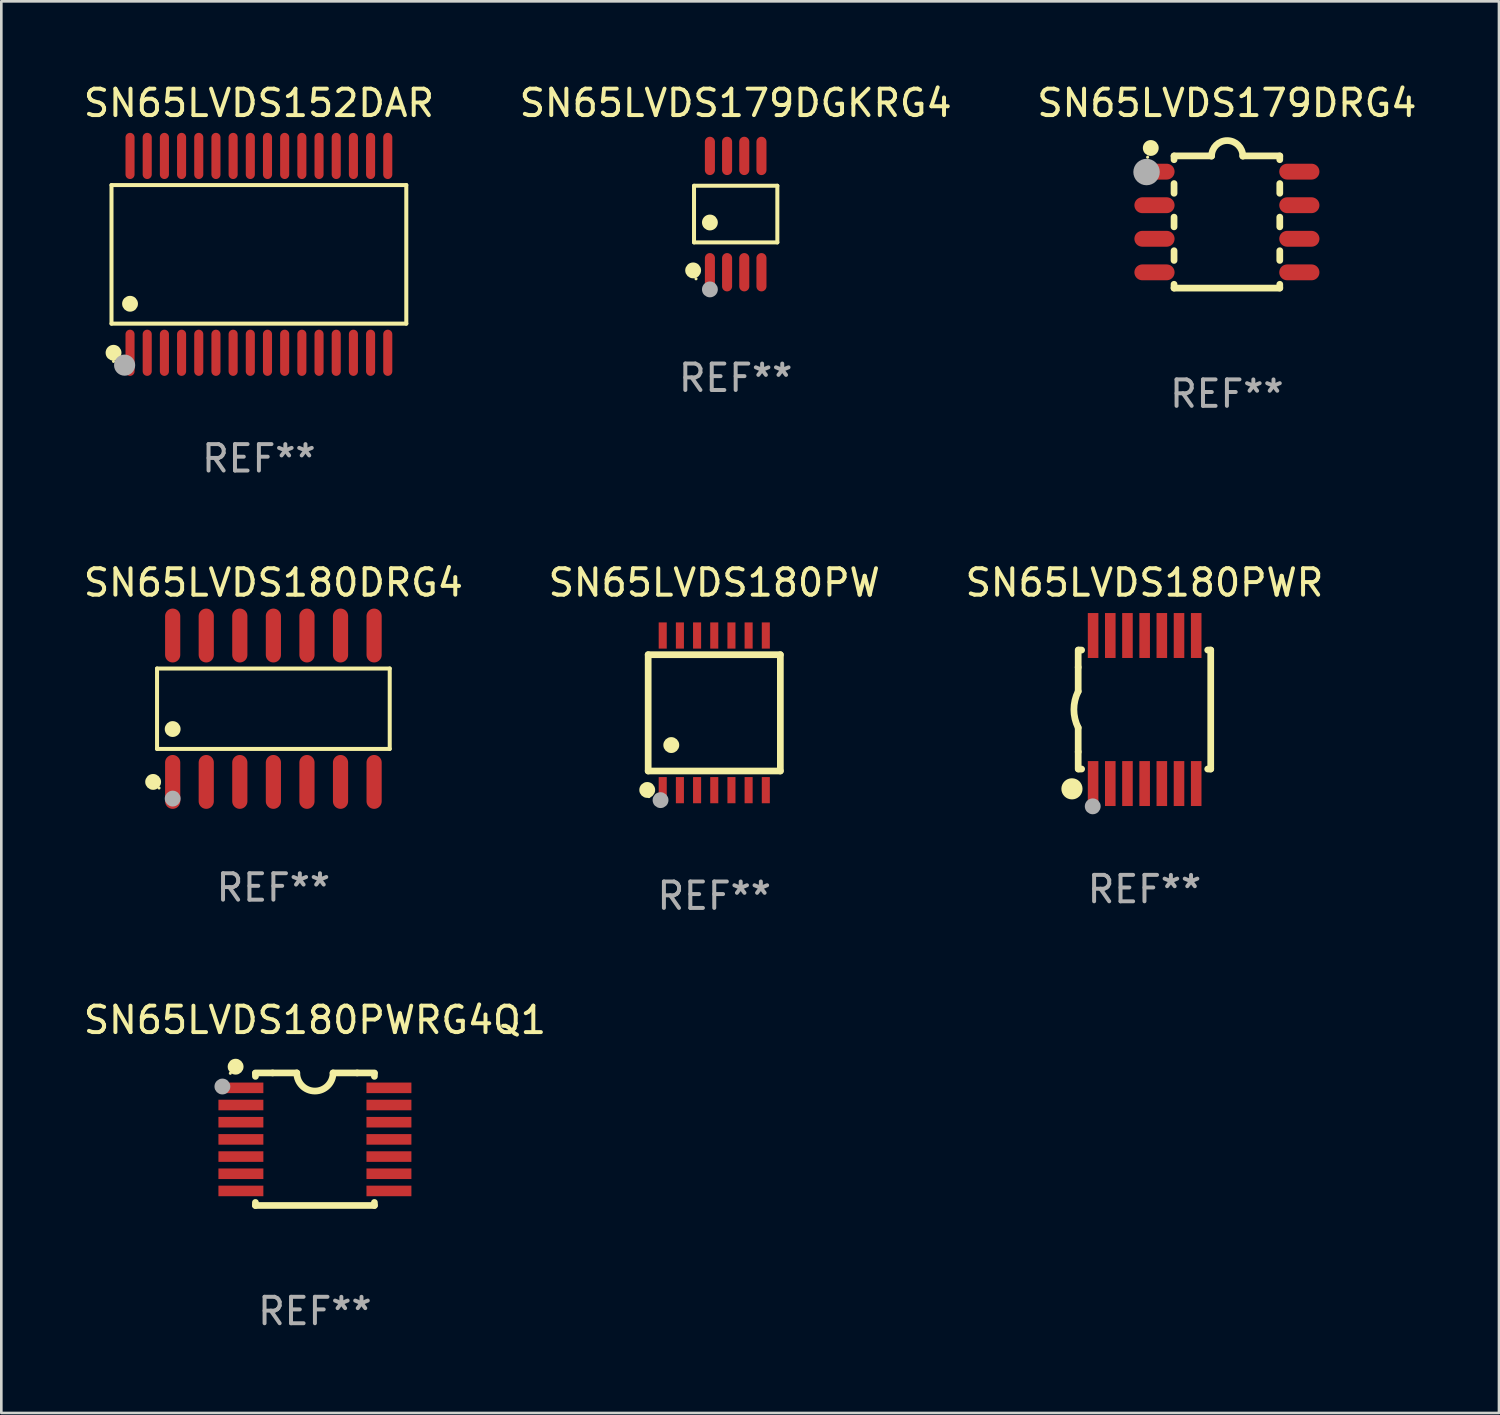
<source format=kicad_pcb>
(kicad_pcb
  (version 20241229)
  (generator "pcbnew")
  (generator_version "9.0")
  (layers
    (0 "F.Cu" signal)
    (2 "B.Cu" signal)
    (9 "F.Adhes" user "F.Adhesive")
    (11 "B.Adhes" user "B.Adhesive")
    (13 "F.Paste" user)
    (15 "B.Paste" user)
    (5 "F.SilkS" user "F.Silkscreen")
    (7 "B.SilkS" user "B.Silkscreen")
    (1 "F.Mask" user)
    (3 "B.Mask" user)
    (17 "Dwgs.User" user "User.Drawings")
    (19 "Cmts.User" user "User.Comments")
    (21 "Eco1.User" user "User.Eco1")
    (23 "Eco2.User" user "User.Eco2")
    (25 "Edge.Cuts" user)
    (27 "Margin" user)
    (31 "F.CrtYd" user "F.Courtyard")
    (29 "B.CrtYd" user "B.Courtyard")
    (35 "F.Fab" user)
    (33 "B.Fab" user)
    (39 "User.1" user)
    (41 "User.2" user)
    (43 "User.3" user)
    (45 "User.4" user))
  (footprint "SN65LVDS179DGKRG4"
    (layer "F.Cu")
    (at 24.78 5.048)
    (property "Reference" "SN65LVDS179DGKRG4" (at 0 -4.2 0) (layer "F.SilkS") (effects (font (size 1 1) (thickness 0.15))))
    (attr through_hole)
    (fp_line (start -1.576 -1.071) (end 1.576 -1.071) (stroke (width 0.152) (type solid)) (layer "F.SilkS"))
    (fp_line (start -1.576 1.071) (end -1.576 -1.071) (stroke (width 0.152) (type solid)) (layer "F.SilkS"))
    (fp_line (start 1.576 -1.071) (end 1.576 1.071) (stroke (width 0.152) (type solid)) (layer "F.SilkS"))
    (fp_line (start 1.576 1.071) (end -1.576 1.071) (stroke (width 0.152) (type solid)) (layer "F.SilkS"))
    (fp_circle (center -1.609 2.131) (end -1.459 2.131) (stroke (width 0.3) (type solid)) (fill no) (layer "F.SilkS"))
    (fp_circle (center -1.5 2.45) (end -1.47 2.45) (stroke (width 0.06) (type solid)) (fill no) (layer "F.SilkS"))
    (fp_circle (center -0.975 0.319) (end -0.825 0.319) (stroke (width 0.3) (type solid)) (fill no) (layer "F.SilkS"))
    (fp_circle (center -0.975 2.85) (end -0.825 2.85) (stroke (width 0.3) (type solid)) (fill no) (layer "F.Fab"))
    (fp_text user "REF**" (at 0 6.2 0) (layer "F.Fab") (effects (font (size 1 1) (thickness 0.15))))
    (pad "1" smd oval (at -0.975 2.2) (size 0.38 1.45) (layers "F.Cu" "F.Mask" "F.Paste"))
    (pad "2" smd oval (at -0.325 2.2) (size 0.38 1.45) (layers "F.Cu" "F.Mask" "F.Paste"))
    (pad "3" smd oval (at 0.325 2.2) (size 0.38 1.45) (layers "F.Cu" "F.Mask" "F.Paste"))
    (pad "4" smd oval (at 0.975 2.2) (size 0.38 1.45) (layers "F.Cu" "F.Mask" "F.Paste"))
    (pad "5" smd oval (at 0.975 -2.2) (size 0.38 1.45) (layers "F.Cu" "F.Mask" "F.Paste"))
    (pad "6" smd oval (at 0.325 -2.2) (size 0.38 1.45) (layers "F.Cu" "F.Mask" "F.Paste"))
    (pad "7" smd oval (at -0.325 -2.2) (size 0.38 1.45) (layers "F.Cu" "F.Mask" "F.Paste"))
    (pad "8" smd oval (at -0.975 -2.2) (size 0.38 1.45) (layers "F.Cu" "F.Mask" "F.Paste")))
  (footprint "SN65LVDS180PWR"
    (layer "F.Cu")
    (at 40.244 23.791)
    (property "Reference" "SN65LVDS180PWR" (at 0 -4.8 0) (layer "F.SilkS") (effects (font (size 1 1) (thickness 0.15))))
    (attr through_hole)
    (fp_line (start -2.507 -1.6) (end -2.507 -2.25) (stroke (width 0.254) (type solid)) (layer "F.SilkS"))
    (fp_line (start -2.507 -0.686) (end -2.507 -1.6) (stroke (width 0.254) (type solid)) (layer "F.SilkS"))
    (fp_line (start -2.507 1.6) (end -2.507 0.686) (stroke (width 0.254) (type solid)) (layer "F.SilkS"))
    (fp_line (start -2.507 1.6) (end -2.507 2.25) (stroke (width 0.254) (type solid)) (layer "F.SilkS"))
    (fp_line (start -2.493 -2.25) (end -2.377 -2.25) (stroke (width 0.254) (type solid)) (layer "F.SilkS"))
    (fp_line (start -2.377 2.25) (end -2.493 2.25) (stroke (width 0.254) (type solid)) (layer "F.SilkS"))
    (fp_line (start 2.392 -2.25) (end 2.507 -2.25) (stroke (width 0.254) (type solid)) (layer "F.SilkS"))
    (fp_line (start 2.507 -2.25) (end 2.507 2.25) (stroke (width 0.254) (type solid)) (layer "F.SilkS"))
    (fp_line (start 2.507 2.25) (end 2.392 2.25) (stroke (width 0.254) (type solid)) (layer "F.SilkS"))
    (fp_arc (start -2.507303 0.685802) (mid -2.669199 0) (end -2.507303 -0.685801) (stroke (width 0.254001) (type solid)) (layer "F.SilkS"))
    (fp_circle (center -2.743 3) (end -2.543 3) (stroke (width 0.4) (type solid)) (fill no) (layer "F.SilkS"))
    (fp_circle (center -2.493 3.2) (end -2.463 3.2) (stroke (width 0.06) (type solid)) (fill no) (layer "F.SilkS"))
    (fp_circle (center -1.957 3.662) (end -1.807 3.662) (stroke (width 0.3) (type solid)) (fill no) (layer "F.Fab"))
    (fp_text user "REF**" (at 0 6.8 0) (layer "F.Fab") (effects (font (size 1 1) (thickness 0.15))))
    (pad "1" smd rect (at -1.943 2.8) (size 0.4 1.7) (layers "F.Cu" "F.Mask" "F.Paste"))
    (pad "2" smd rect (at -1.293 2.8) (size 0.4 1.7) (layers "F.Cu" "F.Mask" "F.Paste"))
    (pad "3" smd rect (at -0.643 2.8) (size 0.4 1.7) (layers "F.Cu" "F.Mask" "F.Paste"))
    (pad "4" smd rect (at 0.007 2.8) (size 0.4 1.7) (layers "F.Cu" "F.Mask" "F.Paste"))
    (pad "5" smd rect (at 0.657 2.8) (size 0.4 1.7) (layers "F.Cu" "F.Mask" "F.Paste"))
    (pad "6" smd rect (at 1.307 2.8) (size 0.4 1.7) (layers "F.Cu" "F.Mask" "F.Paste"))
    (pad "7" smd rect (at 1.957 2.8) (size 0.4 1.7) (layers "F.Cu" "F.Mask" "F.Paste"))
    (pad "8" smd rect (at 1.957 -2.8) (size 0.4 1.7) (layers "F.Cu" "F.Mask" "F.Paste"))
    (pad "9" smd rect (at 1.307 -2.8) (size 0.4 1.7) (layers "F.Cu" "F.Mask" "F.Paste"))
    (pad "10" smd rect (at 0.657 -2.8) (size 0.4 1.7) (layers "F.Cu" "F.Mask" "F.Paste"))
    (pad "11" smd rect (at 0.007 -2.8) (size 0.4 1.7) (layers "F.Cu" "F.Mask" "F.Paste"))
    (pad "12" smd rect (at -0.643 -2.8) (size 0.4 1.7) (layers "F.Cu" "F.Mask" "F.Paste"))
    (pad "13" smd rect (at -1.293 -2.8) (size 0.4 1.7) (layers "F.Cu" "F.Mask" "F.Paste"))
    (pad "14" smd rect (at -1.943 -2.8) (size 0.4 1.7) (layers "F.Cu" "F.Mask" "F.Paste")))
  (footprint "SN65LVDS152DAR"
    (layer "F.Cu")
    (at 6.744 6.572)
    (property "Reference" "SN65LVDS152DAR" (at 0 -5.723 0) (layer "F.SilkS") (effects (font (size 1 1) (thickness 0.15))))
    (attr through_hole)
    (fp_line (start -5.576 -2.622) (end 5.576 -2.622) (stroke (width 0.152) (type solid)) (layer "F.SilkS"))
    (fp_line (start -5.576 2.621) (end -5.576 -2.622) (stroke (width 0.152) (type solid)) (layer "F.SilkS"))
    (fp_line (start 5.576 -2.622) (end 5.576 2.621) (stroke (width 0.152) (type solid)) (layer "F.SilkS"))
    (fp_line (start 5.576 2.621) (end -5.576 2.621) (stroke (width 0.152) (type solid)) (layer "F.SilkS"))
    (fp_circle (center -5.5 4.05) (end -5.47 4.05) (stroke (width 0.06) (type solid)) (fill no) (layer "F.SilkS"))
    (fp_circle (center -5.499 3.723) (end -5.349 3.723) (stroke (width 0.3) (type solid)) (fill no) (layer "F.SilkS"))
    (fp_circle (center -4.875 1.869) (end -4.725 1.869) (stroke (width 0.3) (type solid)) (fill no) (layer "F.SilkS"))
    (fp_circle (center -5.08 4.191) (end -4.88 4.191) (stroke (width 0.4) (type solid)) (fill no) (layer "F.Fab"))
    (fp_text user "REF**" (at 0 7.723 0) (layer "F.Fab") (effects (font (size 1 1) (thickness 0.15))))
    (pad "1" smd oval (at -4.875 3.723) (size 0.343 1.747) (layers "F.Cu" "F.Mask" "F.Paste"))
    (pad "2" smd oval (at -4.225 3.723) (size 0.343 1.747) (layers "F.Cu" "F.Mask" "F.Paste"))
    (pad "3" smd oval (at -3.575 3.723) (size 0.343 1.747) (layers "F.Cu" "F.Mask" "F.Paste"))
    (pad "4" smd oval (at -2.925 3.723) (size 0.343 1.747) (layers "F.Cu" "F.Mask" "F.Paste"))
    (pad "5" smd oval (at -2.275 3.723) (size 0.343 1.747) (layers "F.Cu" "F.Mask" "F.Paste"))
    (pad "6" smd oval (at -1.625 3.723) (size 0.343 1.747) (layers "F.Cu" "F.Mask" "F.Paste"))
    (pad "7" smd oval (at -0.975 3.723) (size 0.343 1.747) (layers "F.Cu" "F.Mask" "F.Paste"))
    (pad "8" smd oval (at -0.325 3.723) (size 0.343 1.747) (layers "F.Cu" "F.Mask" "F.Paste"))
    (pad "9" smd oval (at 0.325 3.723) (size 0.343 1.747) (layers "F.Cu" "F.Mask" "F.Paste"))
    (pad "10" smd oval (at 0.975 3.723) (size 0.343 1.747) (layers "F.Cu" "F.Mask" "F.Paste"))
    (pad "11" smd oval (at 1.625 3.723) (size 0.343 1.747) (layers "F.Cu" "F.Mask" "F.Paste"))
    (pad "12" smd oval (at 2.275 3.723) (size 0.343 1.747) (layers "F.Cu" "F.Mask" "F.Paste"))
    (pad "13" smd oval (at 2.925 3.723) (size 0.343 1.747) (layers "F.Cu" "F.Mask" "F.Paste"))
    (pad "14" smd oval (at 3.575 3.723) (size 0.343 1.747) (layers "F.Cu" "F.Mask" "F.Paste"))
    (pad "15" smd oval (at 4.225 3.723) (size 0.343 1.747) (layers "F.Cu" "F.Mask" "F.Paste"))
    (pad "16" smd oval (at 4.875 3.723) (size 0.343 1.747) (layers "F.Cu" "F.Mask" "F.Paste"))
    (pad "17" smd oval (at 4.875 -3.723) (size 0.343 1.747) (layers "F.Cu" "F.Mask" "F.Paste"))
    (pad "18" smd oval (at 4.225 -3.723) (size 0.343 1.747) (layers "F.Cu" "F.Mask" "F.Paste"))
    (pad "19" smd oval (at 3.575 -3.723) (size 0.343 1.747) (layers "F.Cu" "F.Mask" "F.Paste"))
    (pad "20" smd oval (at 2.925 -3.723) (size 0.343 1.747) (layers "F.Cu" "F.Mask" "F.Paste"))
    (pad "21" smd oval (at 2.275 -3.723) (size 0.343 1.747) (layers "F.Cu" "F.Mask" "F.Paste"))
    (pad "22" smd oval (at 1.625 -3.723) (size 0.343 1.747) (layers "F.Cu" "F.Mask" "F.Paste"))
    (pad "23" smd oval (at 0.975 -3.723) (size 0.343 1.747) (layers "F.Cu" "F.Mask" "F.Paste"))
    (pad "24" smd oval (at 0.325 -3.723) (size 0.343 1.747) (layers "F.Cu" "F.Mask" "F.Paste"))
    (pad "25" smd oval (at -0.325 -3.723) (size 0.343 1.747) (layers "F.Cu" "F.Mask" "F.Paste"))
    (pad "26" smd oval (at -0.975 -3.723) (size 0.343 1.747) (layers "F.Cu" "F.Mask" "F.Paste"))
    (pad "27" smd oval (at -1.625 -3.723) (size 0.343 1.747) (layers "F.Cu" "F.Mask" "F.Paste"))
    (pad "28" smd oval (at -2.275 -3.723) (size 0.343 1.747) (layers "F.Cu" "F.Mask" "F.Paste"))
    (pad "29" smd oval (at -2.925 -3.723) (size 0.343 1.747) (layers "F.Cu" "F.Mask" "F.Paste"))
    (pad "30" smd oval (at -3.575 -3.723) (size 0.343 1.747) (layers "F.Cu" "F.Mask" "F.Paste"))
    (pad "31" smd oval (at -4.225 -3.723) (size 0.343 1.747) (layers "F.Cu" "F.Mask" "F.Paste"))
    (pad "32" smd oval (at -4.875 -3.723) (size 0.343 1.747) (layers "F.Cu" "F.Mask" "F.Paste")))
  (footprint "SN65LVDS180DRG4"
    (layer "F.Cu")
    (at 7.292 23.76)
    (property "Reference" "SN65LVDS180DRG4" (at 0 -4.769 0) (layer "F.SilkS") (effects (font (size 1 1) (thickness 0.15))))
    (attr through_hole)
    (fp_line (start -4.401 -1.521) (end 4.401 -1.521) (stroke (width 0.152) (type solid)) (layer "F.SilkS"))
    (fp_line (start -4.401 1.521) (end -4.401 -1.521) (stroke (width 0.152) (type solid)) (layer "F.SilkS"))
    (fp_line (start 4.401 -1.521) (end 4.401 1.521) (stroke (width 0.152) (type solid)) (layer "F.SilkS"))
    (fp_line (start 4.401 1.521) (end -4.401 1.521) (stroke (width 0.152) (type solid)) (layer "F.SilkS"))
    (fp_circle (center -4.549 2.769) (end -4.399 2.769) (stroke (width 0.3) (type solid)) (fill no) (layer "F.SilkS"))
    (fp_circle (center -4.325 3) (end -4.295 3) (stroke (width 0.06) (type solid)) (fill no) (layer "F.SilkS"))
    (fp_circle (center -3.81 0.769) (end -3.66 0.769) (stroke (width 0.3) (type solid)) (fill no) (layer "F.SilkS"))
    (fp_circle (center -3.81 3.4) (end -3.66 3.4) (stroke (width 0.3) (type solid)) (fill no) (layer "F.Fab"))
    (fp_text user "REF**" (at 0 6.769 0) (layer "F.Fab") (effects (font (size 1 1) (thickness 0.15))))
    (pad "1" smd oval (at -3.81 2.769) (size 0.574 2.038) (layers "F.Cu" "F.Mask" "F.Paste"))
    (pad "2" smd oval (at -2.54 2.769) (size 0.574 2.038) (layers "F.Cu" "F.Mask" "F.Paste"))
    (pad "3" smd oval (at -1.27 2.769) (size 0.574 2.038) (layers "F.Cu" "F.Mask" "F.Paste"))
    (pad "4" smd oval (at 0 2.769) (size 0.574 2.038) (layers "F.Cu" "F.Mask" "F.Paste"))
    (pad "5" smd oval (at 1.27 2.769) (size 0.574 2.038) (layers "F.Cu" "F.Mask" "F.Paste"))
    (pad "6" smd oval (at 2.54 2.769) (size 0.574 2.038) (layers "F.Cu" "F.Mask" "F.Paste"))
    (pad "7" smd oval (at 3.81 2.769) (size 0.574 2.038) (layers "F.Cu" "F.Mask" "F.Paste"))
    (pad "8" smd oval (at 3.81 -2.769) (size 0.574 2.038) (layers "F.Cu" "F.Mask" "F.Paste"))
    (pad "9" smd oval (at 2.54 -2.769) (size 0.574 2.038) (layers "F.Cu" "F.Mask" "F.Paste"))
    (pad "10" smd oval (at 1.27 -2.769) (size 0.574 2.038) (layers "F.Cu" "F.Mask" "F.Paste"))
    (pad "11" smd oval (at 0 -2.769) (size 0.574 2.038) (layers "F.Cu" "F.Mask" "F.Paste"))
    (pad "12" smd oval (at -1.27 -2.769) (size 0.574 2.038) (layers "F.Cu" "F.Mask" "F.Paste"))
    (pad "13" smd oval (at -2.54 -2.769) (size 0.574 2.038) (layers "F.Cu" "F.Mask" "F.Paste"))
    (pad "14" smd oval (at -3.81 -2.769) (size 0.574 2.038) (layers "F.Cu" "F.Mask" "F.Paste")))
  (footprint "SN65LVDS180PW"
    (layer "F.Cu")
    (at 23.97 23.916)
    (property "Reference" "SN65LVDS180PW" (at 0 -4.925 0) (layer "F.SilkS") (effects (font (size 1 1) (thickness 0.15))))
    (attr through_hole)
    (fp_line (start -2.5 2.2) (end -2.5 -2.2) (stroke (width 0.254) (type solid)) (layer "F.SilkS"))
    (fp_line (start -2.5 2.2) (end 2.5 2.2) (stroke (width 0.254) (type solid)) (layer "F.SilkS"))
    (fp_line (start 2.5 -2.2) (end -2.5 -2.2) (stroke (width 0.254) (type solid)) (layer "F.SilkS"))
    (fp_line (start 2.5 -2.2) (end 2.5 2.2) (stroke (width 0.254) (type solid)) (layer "F.SilkS"))
    (fp_circle (center -2.536 2.917) (end -2.386 2.917) (stroke (width 0.3) (type solid)) (fill no) (layer "F.SilkS"))
    (fp_circle (center -2.47 3.17) (end -2.44 3.17) (stroke (width 0.06) (type solid)) (fill no) (layer "F.SilkS"))
    (fp_circle (center -1.626 1.219) (end -1.475 1.219) (stroke (width 0.3) (type solid)) (fill no) (layer "F.SilkS"))
    (fp_circle (center -2.032 3.302) (end -1.882 3.302) (stroke (width 0.3) (type solid)) (fill no) (layer "F.Fab"))
    (fp_text user "REF**" (at 0 6.925 0) (layer "F.Fab") (effects (font (size 1 1) (thickness 0.15))))
    (pad "1" smd rect (at -1.95 2.925) (size 0.305 0.991) (layers "F.Cu" "F.Mask" "F.Paste"))
    (pad "2" smd rect (at -1.3 2.925) (size 0.305 0.991) (layers "F.Cu" "F.Mask" "F.Paste"))
    (pad "3" smd rect (at -0.65 2.925) (size 0.305 0.991) (layers "F.Cu" "F.Mask" "F.Paste"))
    (pad "4" smd rect (at 0 2.925) (size 0.305 0.991) (layers "F.Cu" "F.Mask" "F.Paste"))
    (pad "5" smd rect (at 0.65 2.925) (size 0.305 0.991) (layers "F.Cu" "F.Mask" "F.Paste"))
    (pad "6" smd rect (at 1.3 2.925) (size 0.305 0.991) (layers "F.Cu" "F.Mask" "F.Paste"))
    (pad "7" smd rect (at 1.95 2.925) (size 0.305 0.991) (layers "F.Cu" "F.Mask" "F.Paste"))
    (pad "8" smd rect (at 1.95 -2.925) (size 0.305 0.991) (layers "F.Cu" "F.Mask" "F.Paste"))
    (pad "9" smd rect (at 1.3 -2.925) (size 0.305 0.991) (layers "F.Cu" "F.Mask" "F.Paste"))
    (pad "10" smd rect (at 0.65 -2.925) (size 0.305 0.991) (layers "F.Cu" "F.Mask" "F.Paste"))
    (pad "11" smd rect (at 0 -2.925) (size 0.305 0.991) (layers "F.Cu" "F.Mask" "F.Paste"))
    (pad "12" smd rect (at -0.65 -2.925) (size 0.305 0.991) (layers "F.Cu" "F.Mask" "F.Paste"))
    (pad "13" smd rect (at -1.3 -2.925) (size 0.305 0.991) (layers "F.Cu" "F.Mask" "F.Paste"))
    (pad "14" smd rect (at -1.95 -2.925) (size 0.305 0.991) (layers "F.Cu" "F.Mask" "F.Paste")))
  (footprint "SN65LVDS179DRG4"
    (layer "F.Cu")
    (at 43.363 5.348)
    (property "Reference" "SN65LVDS179DRG4" (at 0 -4.5 0) (layer "F.SilkS") (effects (font (size 1 1) (thickness 0.15))))
    (attr through_hole)
    (fp_line (start -2 -2.5) (end -2 -2.356) (stroke (width 0.254) (type solid)) (layer "F.SilkS"))
    (fp_line (start -2 -1.454) (end -2 -1.086) (stroke (width 0.254) (type solid)) (layer "F.SilkS"))
    (fp_line (start -2 -0.184) (end -2 0.184) (stroke (width 0.254) (type solid)) (layer "F.SilkS"))
    (fp_line (start -2 1.086) (end -2 1.454) (stroke (width 0.254) (type solid)) (layer "F.SilkS"))
    (fp_line (start -2 2.356) (end -2 2.5) (stroke (width 0.254) (type solid)) (layer "F.SilkS"))
    (fp_line (start -0.58 -2.5) (end -2 -2.5) (stroke (width 0.254) (type solid)) (layer "F.SilkS"))
    (fp_line (start 2 -2.5) (end 0.6 -2.5) (stroke (width 0.254) (type solid)) (layer "F.SilkS"))
    (fp_line (start 2 -2.5) (end 2 -2.356) (stroke (width 0.254) (type solid)) (layer "F.SilkS"))
    (fp_line (start 2 -1.454) (end 2 -1.086) (stroke (width 0.254) (type solid)) (layer "F.SilkS"))
    (fp_line (start 2 -0.184) (end 2 0.184) (stroke (width 0.254) (type solid)) (layer "F.SilkS"))
    (fp_line (start 2 1.086) (end 2 1.454) (stroke (width 0.254) (type solid)) (layer "F.SilkS"))
    (fp_line (start 2 2.356) (end 2 2.5) (stroke (width 0.254) (type solid)) (layer "F.SilkS"))
    (fp_line (start 2 2.5) (end -2 2.5) (stroke (width 0.254) (type solid)) (layer "F.SilkS"))
    (fp_arc (start -0.579908 -2.489992) (mid 0.010097 -3.07831) (end 0.600102 -2.489992) (stroke (width 0.254001) (type solid)) (layer "F.SilkS"))
    (fp_circle (center -3 -2.45) (end -2.97 -2.45) (stroke (width 0.06) (type solid)) (fill no) (layer "F.SilkS"))
    (fp_circle (center -2.88 -2.8) (end -2.73 -2.8) (stroke (width 0.3) (type solid)) (fill no) (layer "F.SilkS"))
    (fp_circle (center -3.04 -1.89) (end -2.79 -1.89) (stroke (width 0.5) (type solid)) (fill no) (layer "F.Fab"))
    (fp_text user "REF**" (at 0 6.5 0) (layer "F.Fab") (effects (font (size 1 1) (thickness 0.15))))
    (pad "1" smd oval (at -2.74 -1.905 90) (size 0.6 1.52) (layers "F.Cu" "F.Mask" "F.Paste"))
    (pad "2" smd oval (at -2.74 -0.635 90) (size 0.6 1.52) (layers "F.Cu" "F.Mask" "F.Paste"))
    (pad "3" smd oval (at -2.74 0.635 90) (size 0.6 1.52) (layers "F.Cu" "F.Mask" "F.Paste"))
    (pad "4" smd oval (at -2.74 1.905 90) (size 0.6 1.52) (layers "F.Cu" "F.Mask" "F.Paste"))
    (pad "5" smd oval (at 2.74 1.905 90) (size 0.6 1.52) (layers "F.Cu" "F.Mask" "F.Paste"))
    (pad "6" smd oval (at 2.74 0.635 90) (size 0.6 1.52) (layers "F.Cu" "F.Mask" "F.Paste"))
    (pad "7" smd oval (at 2.74 -0.635 90) (size 0.6 1.52) (layers "F.Cu" "F.Mask" "F.Paste"))
    (pad "8" smd oval (at 2.74 -1.905 90) (size 0.6 1.52) (layers "F.Cu" "F.Mask" "F.Paste")))
  (footprint "SN65LVDS180PWRG4Q1"
    (layer "F.Cu")
    (at 8.863 40.045)
    (property "Reference" "SN65LVDS180PWRG4Q1" (at 0 -4.507 0) (layer "F.SilkS") (effects (font (size 1 1) (thickness 0.15))))
    (attr through_hole)
    (fp_line (start -2.25 -2.377) (end -2.25 -2.493) (stroke (width 0.254) (type solid)) (layer "F.SilkS"))
    (fp_line (start -2.25 2.507) (end -2.25 2.392) (stroke (width 0.254) (type solid)) (layer "F.SilkS"))
    (fp_line (start -1.6 -2.507) (end -2.25 -2.507) (stroke (width 0.254) (type solid)) (layer "F.SilkS"))
    (fp_line (start -1.6 -2.507) (end -0.686 -2.507) (stroke (width 0.254) (type solid)) (layer "F.SilkS"))
    (fp_line (start 0.686 -2.507) (end 1.6 -2.507) (stroke (width 0.254) (type solid)) (layer "F.SilkS"))
    (fp_line (start 1.6 -2.507) (end 2.25 -2.507) (stroke (width 0.254) (type solid)) (layer "F.SilkS"))
    (fp_line (start 2.25 -2.493) (end 2.25 -2.377) (stroke (width 0.254) (type solid)) (layer "F.SilkS"))
    (fp_line (start 2.25 2.392) (end 2.25 2.507) (stroke (width 0.254) (type solid)) (layer "F.SilkS"))
    (fp_line (start 2.25 2.507) (end -2.25 2.507) (stroke (width 0.254) (type solid)) (layer "F.SilkS"))
    (fp_arc (start 0.685852 -2.507303) (mid 0.000051 -1.821502) (end -0.68575 -2.507303) (stroke (width 0.254001) (type solid)) (layer "F.SilkS"))
    (fp_circle (center -3.2 -2.493) (end -3.17 -2.493) (stroke (width 0.06) (type solid)) (fill no) (layer "F.SilkS"))
    (fp_circle (center -3 -2.743) (end -2.85 -2.743) (stroke (width 0.3) (type solid)) (fill no) (layer "F.SilkS"))
    (fp_circle (center -3.5 -1.993) (end -3.35 -1.993) (stroke (width 0.3) (type solid)) (fill no) (layer "F.Fab"))
    (fp_text user "REF**" (at 0 6.507 0) (layer "F.Fab") (effects (font (size 1 1) (thickness 0.15))))
    (pad "1" smd rect (at -2.8 -1.943) (size 1.7 0.4) (layers "F.Cu" "F.Mask" "F.Paste"))
    (pad "2" smd rect (at -2.8 -1.293) (size 1.7 0.4) (layers "F.Cu" "F.Mask" "F.Paste"))
    (pad "3" smd rect (at -2.8 -0.643) (size 1.7 0.4) (layers "F.Cu" "F.Mask" "F.Paste"))
    (pad "4" smd rect (at -2.8 0.007) (size 1.7 0.4) (layers "F.Cu" "F.Mask" "F.Paste"))
    (pad "5" smd rect (at -2.8 0.657) (size 1.7 0.4) (layers "F.Cu" "F.Mask" "F.Paste"))
    (pad "6" smd rect (at -2.8 1.307) (size 1.7 0.4) (layers "F.Cu" "F.Mask" "F.Paste"))
    (pad "7" smd rect (at -2.8 1.957) (size 1.7 0.4) (layers "F.Cu" "F.Mask" "F.Paste"))
    (pad "8" smd rect (at 2.8 1.957) (size 1.7 0.4) (layers "F.Cu" "F.Mask" "F.Paste"))
    (pad "9" smd rect (at 2.8 1.307) (size 1.7 0.4) (layers "F.Cu" "F.Mask" "F.Paste"))
    (pad "10" smd rect (at 2.8 0.657) (size 1.7 0.4) (layers "F.Cu" "F.Mask" "F.Paste"))
    (pad "11" smd rect (at 2.8 0.007) (size 1.7 0.4) (layers "F.Cu" "F.Mask" "F.Paste"))
    (pad "12" smd rect (at 2.8 -0.643) (size 1.7 0.4) (layers "F.Cu" "F.Mask" "F.Paste"))
    (pad "13" smd rect (at 2.8 -1.293) (size 1.7 0.4) (layers "F.Cu" "F.Mask" "F.Paste"))
    (pad "14" smd rect (at 2.8 -1.943) (size 1.7 0.4) (layers "F.Cu" "F.Mask" "F.Paste")))
  (gr_rect
    (start -3 -3)
    (end 53.655 50.401)
    (stroke (width 0.1) (type default))
    (fill no)
    (layer "Edge.Cuts")))
</source>
